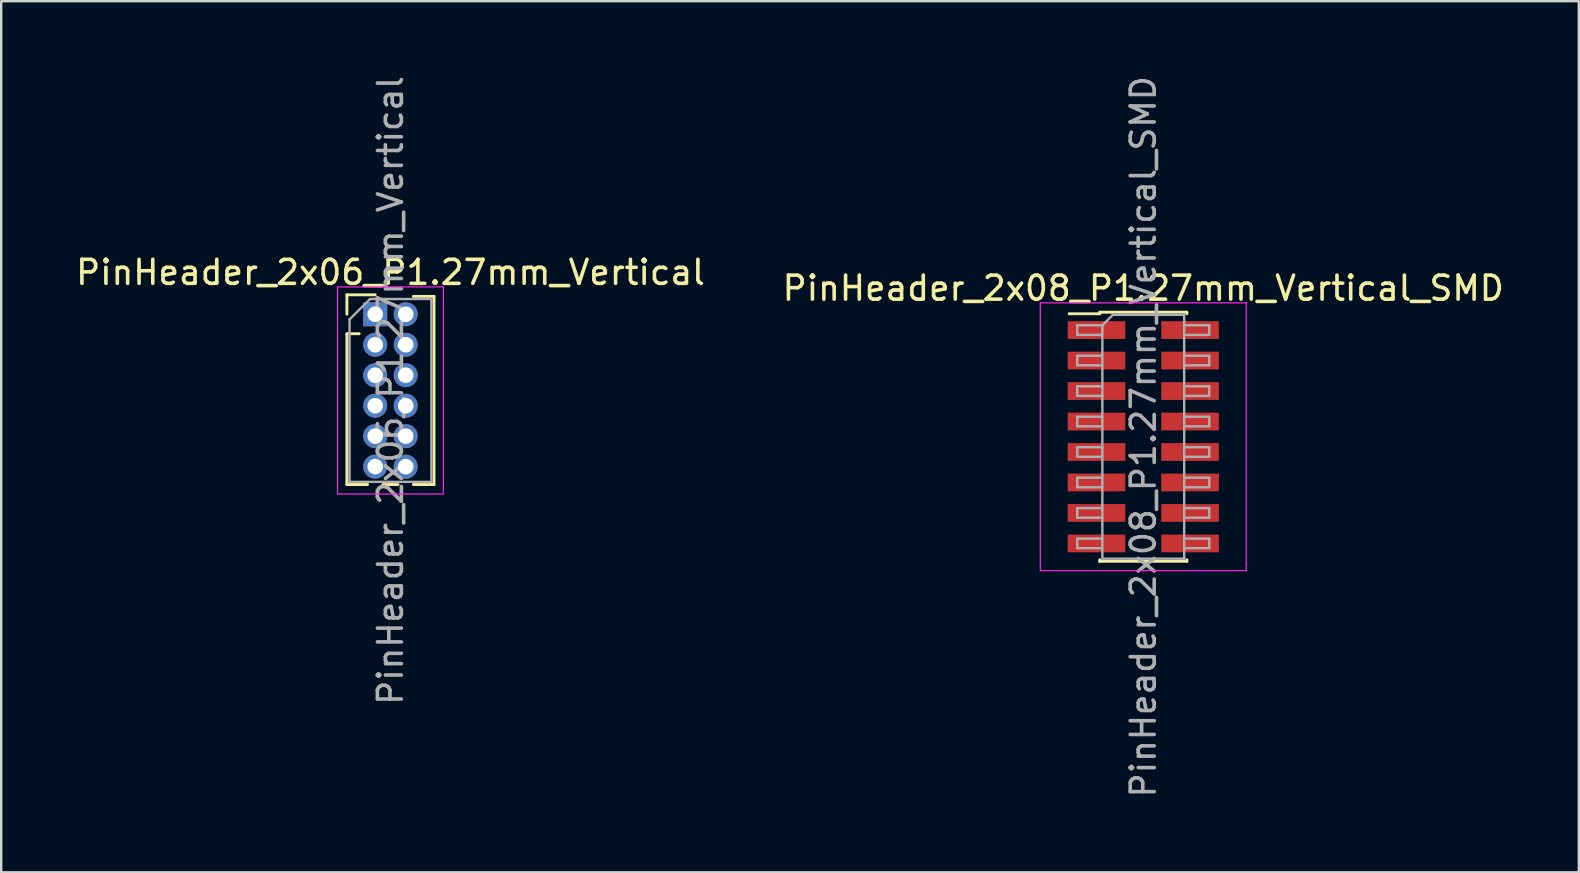
<source format=kicad_pcb>
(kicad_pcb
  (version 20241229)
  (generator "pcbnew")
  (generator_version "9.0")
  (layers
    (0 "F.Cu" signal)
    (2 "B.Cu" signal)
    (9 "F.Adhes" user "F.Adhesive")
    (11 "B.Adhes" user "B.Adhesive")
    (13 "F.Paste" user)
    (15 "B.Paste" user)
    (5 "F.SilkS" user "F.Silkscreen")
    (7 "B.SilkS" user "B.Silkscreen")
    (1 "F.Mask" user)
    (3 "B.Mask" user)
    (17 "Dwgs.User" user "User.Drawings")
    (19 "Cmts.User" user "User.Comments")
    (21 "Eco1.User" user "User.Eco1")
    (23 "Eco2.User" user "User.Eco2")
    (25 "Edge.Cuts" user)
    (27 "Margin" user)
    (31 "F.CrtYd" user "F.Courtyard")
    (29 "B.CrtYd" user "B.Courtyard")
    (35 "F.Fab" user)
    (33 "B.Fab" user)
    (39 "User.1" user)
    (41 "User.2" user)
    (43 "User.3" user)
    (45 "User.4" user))
  (footprint "PinHeader_2x06_P1.27mm_Vertical"
    (layer "F.Cu")
    (at 12.585 10.045)
    (property "Reference" "PinHeader_2x06_P1.27mm_Vertical" (at 0.635 -1.745 0) (layer "F.SilkS") (effects (font (size 1 1) (thickness 0.15))))
    (attr through_hole)
    (fp_line (start -1.18 -0.81) (end 0 -0.81) (stroke (width 0.12) (type solid)) (layer "F.SilkS"))
    (fp_line (start -1.18 0) (end -1.18 -0.81) (stroke (width 0.12) (type solid)) (layer "F.SilkS"))
    (fp_line (start -1.18 0.81) (end -1.18 7.095) (stroke (width 0.12) (type solid)) (layer "F.SilkS"))
    (fp_line (start -1.18 0.81) (end -0.667 0.81) (stroke (width 0.12) (type solid)) (layer "F.SilkS"))
    (fp_line (start -1.18 7.095) (end -0.318 7.095) (stroke (width 0.12) (type solid)) (layer "F.SilkS"))
    (fp_line (start 0.318 7.095) (end 0.952 7.095) (stroke (width 0.12) (type solid)) (layer "F.SilkS"))
    (fp_line (start 1.588 -0.745) (end 2.45 -0.745) (stroke (width 0.12) (type solid)) (layer "F.SilkS"))
    (fp_line (start 1.588 7.095) (end 2.45 7.095) (stroke (width 0.12) (type solid)) (layer "F.SilkS"))
    (fp_line (start 2.45 -0.745) (end 2.45 7.095) (stroke (width 0.12) (type solid)) (layer "F.SilkS"))
    (fp_line (start -1.57 -1.14) (end -1.57 7.49) (stroke (width 0.05) (type solid)) (layer "F.CrtYd"))
    (fp_line (start -1.57 7.49) (end 2.84 7.49) (stroke (width 0.05) (type solid)) (layer "F.CrtYd"))
    (fp_line (start 2.84 -1.14) (end -1.57 -1.14) (stroke (width 0.05) (type solid)) (layer "F.CrtYd"))
    (fp_line (start 2.84 7.49) (end 2.84 -1.14) (stroke (width 0.05) (type solid)) (layer "F.CrtYd"))
    (fp_line (start -1.07 0.217) (end -0.217 -0.635) (stroke (width 0.1) (type solid)) (layer "F.Fab"))
    (fp_line (start -1.07 6.985) (end -1.07 0.217) (stroke (width 0.1) (type solid)) (layer "F.Fab"))
    (fp_line (start -0.217 -0.635) (end 2.34 -0.635) (stroke (width 0.1) (type solid)) (layer "F.Fab"))
    (fp_line (start 2.34 -0.635) (end 2.34 6.985) (stroke (width 0.1) (type solid)) (layer "F.Fab"))
    (fp_line (start 2.34 6.985) (end -1.07 6.985) (stroke (width 0.1) (type solid)) (layer "F.Fab"))
    (fp_text user "${REFERENCE}" (at 0.635 3.175 90) (layer "F.Fab") (effects (font (size 1 1) (thickness 0.15))))
    (pad "1" thru_hole rect (at 0 0) (size 1 1) (drill 0.65) (layers "*.Cu" "*.Mask"))
    (pad "2" thru_hole circle (at 1.27 0) (size 1 1) (drill 0.65) (layers "*.Cu" "*.Mask"))
    (pad "3" thru_hole circle (at 0 1.27) (size 1 1) (drill 0.65) (layers "*.Cu" "*.Mask"))
    (pad "4" thru_hole circle (at 1.27 1.27) (size 1 1) (drill 0.65) (layers "*.Cu" "*.Mask"))
    (pad "5" thru_hole circle (at 0 2.54) (size 1 1) (drill 0.65) (layers "*.Cu" "*.Mask"))
    (pad "6" thru_hole circle (at 1.27 2.54) (size 1 1) (drill 0.65) (layers "*.Cu" "*.Mask"))
    (pad "7" thru_hole circle (at 0 3.81) (size 1 1) (drill 0.65) (layers "*.Cu" "*.Mask"))
    (pad "8" thru_hole circle (at 1.27 3.81) (size 1 1) (drill 0.65) (layers "*.Cu" "*.Mask"))
    (pad "9" thru_hole circle (at 0 5.08) (size 1 1) (drill 0.65) (layers "*.Cu" "*.Mask"))
    (pad "10" thru_hole circle (at 1.27 5.08) (size 1 1) (drill 0.65) (layers "*.Cu" "*.Mask"))
    (pad "11" thru_hole circle (at 0 6.35) (size 1 1) (drill 0.65) (layers "*.Cu" "*.Mask"))
    (pad "12" thru_hole circle (at 1.27 6.35) (size 1 1) (drill 0.65) (layers "*.Cu" "*.Mask")))
  (footprint "PinHeader_2x08_P1.27mm_Vertical_SMD"
    (layer "F.Cu")
    (at 44.589 15.149)
    (property "Reference" "PinHeader_2x08_P1.27mm_Vertical_SMD" (at 0 -6.19 0) (layer "F.SilkS") (effects (font (size 1 1) (thickness 0.15))))
    (attr smd)
    (fp_line (start -3.09 -5.125) (end -1.815 -5.125) (stroke (width 0.12) (type solid)) (layer "F.SilkS"))
    (fp_line (start -1.815 -5.19) (end -1.815 -5.125) (stroke (width 0.12) (type solid)) (layer "F.SilkS"))
    (fp_line (start -1.815 -5.19) (end 1.815 -5.19) (stroke (width 0.12) (type solid)) (layer "F.SilkS"))
    (fp_line (start -1.815 5.125) (end -1.815 5.19) (stroke (width 0.12) (type solid)) (layer "F.SilkS"))
    (fp_line (start -1.815 5.19) (end 1.815 5.19) (stroke (width 0.12) (type solid)) (layer "F.SilkS"))
    (fp_line (start 1.815 -5.19) (end 1.815 -5.125) (stroke (width 0.12) (type solid)) (layer "F.SilkS"))
    (fp_line (start 1.815 5.125) (end 1.815 5.19) (stroke (width 0.12) (type solid)) (layer "F.SilkS"))
    (fp_line (start -4.29 -5.58) (end -4.29 5.58) (stroke (width 0.05) (type solid)) (layer "F.CrtYd"))
    (fp_line (start -4.29 5.58) (end 4.29 5.58) (stroke (width 0.05) (type solid)) (layer "F.CrtYd"))
    (fp_line (start 4.29 -5.58) (end -4.29 -5.58) (stroke (width 0.05) (type solid)) (layer "F.CrtYd"))
    (fp_line (start 4.29 5.58) (end 4.29 -5.58) (stroke (width 0.05) (type solid)) (layer "F.CrtYd"))
    (fp_line (start -2.75 -4.645) (end -2.75 -4.245) (stroke (width 0.1) (type solid)) (layer "F.Fab"))
    (fp_line (start -2.75 -4.245) (end -1.705 -4.245) (stroke (width 0.1) (type solid)) (layer "F.Fab"))
    (fp_line (start -2.75 -3.375) (end -2.75 -2.975) (stroke (width 0.1) (type solid)) (layer "F.Fab"))
    (fp_line (start -2.75 -2.975) (end -1.705 -2.975) (stroke (width 0.1) (type solid)) (layer "F.Fab"))
    (fp_line (start -2.75 -2.105) (end -2.75 -1.705) (stroke (width 0.1) (type solid)) (layer "F.Fab"))
    (fp_line (start -2.75 -1.705) (end -1.705 -1.705) (stroke (width 0.1) (type solid)) (layer "F.Fab"))
    (fp_line (start -2.75 -0.835) (end -2.75 -0.435) (stroke (width 0.1) (type solid)) (layer "F.Fab"))
    (fp_line (start -2.75 -0.435) (end -1.705 -0.435) (stroke (width 0.1) (type solid)) (layer "F.Fab"))
    (fp_line (start -2.75 0.435) (end -2.75 0.835) (stroke (width 0.1) (type solid)) (layer "F.Fab"))
    (fp_line (start -2.75 0.835) (end -1.705 0.835) (stroke (width 0.1) (type solid)) (layer "F.Fab"))
    (fp_line (start -2.75 1.705) (end -2.75 2.105) (stroke (width 0.1) (type solid)) (layer "F.Fab"))
    (fp_line (start -2.75 2.105) (end -1.705 2.105) (stroke (width 0.1) (type solid)) (layer "F.Fab"))
    (fp_line (start -2.75 2.975) (end -2.75 3.375) (stroke (width 0.1) (type solid)) (layer "F.Fab"))
    (fp_line (start -2.75 3.375) (end -1.705 3.375) (stroke (width 0.1) (type solid)) (layer "F.Fab"))
    (fp_line (start -2.75 4.245) (end -2.75 4.645) (stroke (width 0.1) (type solid)) (layer "F.Fab"))
    (fp_line (start -2.75 4.645) (end -1.705 4.645) (stroke (width 0.1) (type solid)) (layer "F.Fab"))
    (fp_line (start -1.705 -4.645) (end -2.75 -4.645) (stroke (width 0.1) (type solid)) (layer "F.Fab"))
    (fp_line (start -1.705 -4.645) (end -1.27 -5.08) (stroke (width 0.1) (type solid)) (layer "F.Fab"))
    (fp_line (start -1.705 -3.375) (end -2.75 -3.375) (stroke (width 0.1) (type solid)) (layer "F.Fab"))
    (fp_line (start -1.705 -2.105) (end -2.75 -2.105) (stroke (width 0.1) (type solid)) (layer "F.Fab"))
    (fp_line (start -1.705 -0.835) (end -2.75 -0.835) (stroke (width 0.1) (type solid)) (layer "F.Fab"))
    (fp_line (start -1.705 0.435) (end -2.75 0.435) (stroke (width 0.1) (type solid)) (layer "F.Fab"))
    (fp_line (start -1.705 1.705) (end -2.75 1.705) (stroke (width 0.1) (type solid)) (layer "F.Fab"))
    (fp_line (start -1.705 2.975) (end -2.75 2.975) (stroke (width 0.1) (type solid)) (layer "F.Fab"))
    (fp_line (start -1.705 4.245) (end -2.75 4.245) (stroke (width 0.1) (type solid)) (layer "F.Fab"))
    (fp_line (start -1.705 5.08) (end -1.705 -4.645) (stroke (width 0.1) (type solid)) (layer "F.Fab"))
    (fp_line (start -1.27 -5.08) (end 1.705 -5.08) (stroke (width 0.1) (type solid)) (layer "F.Fab"))
    (fp_line (start 1.705 -5.08) (end 1.705 5.08) (stroke (width 0.1) (type solid)) (layer "F.Fab"))
    (fp_line (start 1.705 -4.645) (end 2.75 -4.645) (stroke (width 0.1) (type solid)) (layer "F.Fab"))
    (fp_line (start 1.705 -3.375) (end 2.75 -3.375) (stroke (width 0.1) (type solid)) (layer "F.Fab"))
    (fp_line (start 1.705 -2.105) (end 2.75 -2.105) (stroke (width 0.1) (type solid)) (layer "F.Fab"))
    (fp_line (start 1.705 -0.835) (end 2.75 -0.835) (stroke (width 0.1) (type solid)) (layer "F.Fab"))
    (fp_line (start 1.705 0.435) (end 2.75 0.435) (stroke (width 0.1) (type solid)) (layer "F.Fab"))
    (fp_line (start 1.705 1.705) (end 2.75 1.705) (stroke (width 0.1) (type solid)) (layer "F.Fab"))
    (fp_line (start 1.705 2.975) (end 2.75 2.975) (stroke (width 0.1) (type solid)) (layer "F.Fab"))
    (fp_line (start 1.705 4.245) (end 2.75 4.245) (stroke (width 0.1) (type solid)) (layer "F.Fab"))
    (fp_line (start 1.705 5.08) (end -1.705 5.08) (stroke (width 0.1) (type solid)) (layer "F.Fab"))
    (fp_line (start 2.75 -4.645) (end 2.75 -4.245) (stroke (width 0.1) (type solid)) (layer "F.Fab"))
    (fp_line (start 2.75 -4.245) (end 1.705 -4.245) (stroke (width 0.1) (type solid)) (layer "F.Fab"))
    (fp_line (start 2.75 -3.375) (end 2.75 -2.975) (stroke (width 0.1) (type solid)) (layer "F.Fab"))
    (fp_line (start 2.75 -2.975) (end 1.705 -2.975) (stroke (width 0.1) (type solid)) (layer "F.Fab"))
    (fp_line (start 2.75 -2.105) (end 2.75 -1.705) (stroke (width 0.1) (type solid)) (layer "F.Fab"))
    (fp_line (start 2.75 -1.705) (end 1.705 -1.705) (stroke (width 0.1) (type solid)) (layer "F.Fab"))
    (fp_line (start 2.75 -0.835) (end 2.75 -0.435) (stroke (width 0.1) (type solid)) (layer "F.Fab"))
    (fp_line (start 2.75 -0.435) (end 1.705 -0.435) (stroke (width 0.1) (type solid)) (layer "F.Fab"))
    (fp_line (start 2.75 0.435) (end 2.75 0.835) (stroke (width 0.1) (type solid)) (layer "F.Fab"))
    (fp_line (start 2.75 0.835) (end 1.705 0.835) (stroke (width 0.1) (type solid)) (layer "F.Fab"))
    (fp_line (start 2.75 1.705) (end 2.75 2.105) (stroke (width 0.1) (type solid)) (layer "F.Fab"))
    (fp_line (start 2.75 2.105) (end 1.705 2.105) (stroke (width 0.1) (type solid)) (layer "F.Fab"))
    (fp_line (start 2.75 2.975) (end 2.75 3.375) (stroke (width 0.1) (type solid)) (layer "F.Fab"))
    (fp_line (start 2.75 3.375) (end 1.705 3.375) (stroke (width 0.1) (type solid)) (layer "F.Fab"))
    (fp_line (start 2.75 4.245) (end 2.75 4.645) (stroke (width 0.1) (type solid)) (layer "F.Fab"))
    (fp_line (start 2.75 4.645) (end 1.705 4.645) (stroke (width 0.1) (type solid)) (layer "F.Fab"))
    (fp_text user "${REFERENCE}" (at 0 0 90) (layer "F.Fab") (effects (font (size 1 1) (thickness 0.15))))
    (pad "1" smd rect (at -1.95 -4.445) (size 2.4 0.74) (layers "F.Cu" "F.Mask" "F.Paste"))
    (pad "2" smd rect (at 1.95 -4.445) (size 2.4 0.74) (layers "F.Cu" "F.Mask" "F.Paste"))
    (pad "3" smd rect (at -1.95 -3.175) (size 2.4 0.74) (layers "F.Cu" "F.Mask" "F.Paste"))
    (pad "4" smd rect (at 1.95 -3.175) (size 2.4 0.74) (layers "F.Cu" "F.Mask" "F.Paste"))
    (pad "5" smd rect (at -1.95 -1.905) (size 2.4 0.74) (layers "F.Cu" "F.Mask" "F.Paste"))
    (pad "6" smd rect (at 1.95 -1.905) (size 2.4 0.74) (layers "F.Cu" "F.Mask" "F.Paste"))
    (pad "7" smd rect (at -1.95 -0.635) (size 2.4 0.74) (layers "F.Cu" "F.Mask" "F.Paste"))
    (pad "8" smd rect (at 1.95 -0.635) (size 2.4 0.74) (layers "F.Cu" "F.Mask" "F.Paste"))
    (pad "9" smd rect (at -1.95 0.635) (size 2.4 0.74) (layers "F.Cu" "F.Mask" "F.Paste"))
    (pad "10" smd rect (at 1.95 0.635) (size 2.4 0.74) (layers "F.Cu" "F.Mask" "F.Paste"))
    (pad "11" smd rect (at -1.95 1.905) (size 2.4 0.74) (layers "F.Cu" "F.Mask" "F.Paste"))
    (pad "12" smd rect (at 1.95 1.905) (size 2.4 0.74) (layers "F.Cu" "F.Mask" "F.Paste"))
    (pad "13" smd rect (at -1.95 3.175) (size 2.4 0.74) (layers "F.Cu" "F.Mask" "F.Paste"))
    (pad "14" smd rect (at 1.95 3.175) (size 2.4 0.74) (layers "F.Cu" "F.Mask" "F.Paste"))
    (pad "15" smd rect (at -1.95 4.445) (size 2.4 0.74) (layers "F.Cu" "F.Mask" "F.Paste"))
    (pad "16" smd rect (at 1.95 4.445) (size 2.4 0.74) (layers "F.Cu" "F.Mask" "F.Paste")))
  (gr_rect
    (start -3 -3)
    (end 62.738 33.298)
    (stroke (width 0.1) (type default))
    (fill no)
    (layer "Edge.Cuts")))
</source>
